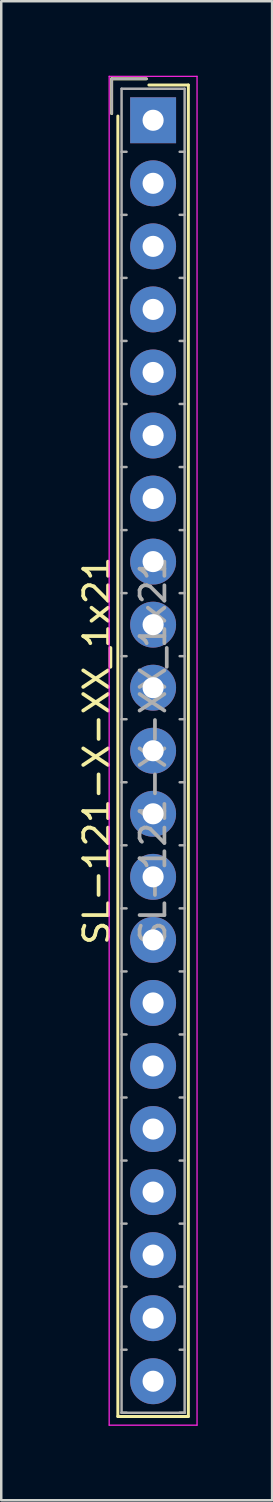
<source format=kicad_pcb>
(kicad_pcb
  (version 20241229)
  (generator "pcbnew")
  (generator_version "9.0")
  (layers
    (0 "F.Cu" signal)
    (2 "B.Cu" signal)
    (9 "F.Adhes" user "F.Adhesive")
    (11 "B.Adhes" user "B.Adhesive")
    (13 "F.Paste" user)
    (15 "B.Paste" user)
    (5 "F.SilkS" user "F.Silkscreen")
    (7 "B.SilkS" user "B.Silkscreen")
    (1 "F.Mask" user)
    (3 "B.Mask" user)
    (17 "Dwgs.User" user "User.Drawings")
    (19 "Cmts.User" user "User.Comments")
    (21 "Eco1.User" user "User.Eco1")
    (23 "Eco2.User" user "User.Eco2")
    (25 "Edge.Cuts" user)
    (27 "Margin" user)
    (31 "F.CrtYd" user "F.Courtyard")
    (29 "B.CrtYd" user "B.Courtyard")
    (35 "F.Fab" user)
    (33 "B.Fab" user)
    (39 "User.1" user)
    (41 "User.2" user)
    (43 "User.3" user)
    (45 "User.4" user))
  (footprint "SL-121-X-XX_1x21"
    (layer "F.Cu")
    (at 3.118 1.795)
    (property "Reference" "SL-121-X-XX_1x21" (at -2.27 25.4 90) (layer "F.SilkS") (effects (font (size 1 1) (thickness 0.15))))
    (attr through_hole)
    (fp_line (start -1.67 -1.67) (end -1.67 -0.27) (stroke (width 0.12) (type solid)) (layer "F.SilkS"))
    (fp_line (start -1.42 52.22) (end -1.42 -0.17) (stroke (width 0.12) (type solid)) (layer "F.SilkS"))
    (fp_line (start -0.27 -1.67) (end -1.67 -1.67) (stroke (width 0.12) (type solid)) (layer "F.SilkS"))
    (fp_line (start -0.17 -1.42) (end 1.42 -1.42) (stroke (width 0.12) (type solid)) (layer "F.SilkS"))
    (fp_line (start 1.42 -1.42) (end 1.42 52.22) (stroke (width 0.12) (type solid)) (layer "F.SilkS"))
    (fp_line (start 1.42 52.22) (end -1.42 52.22) (stroke (width 0.12) (type solid)) (layer "F.SilkS"))
    (fp_line (start -1.77 -1.77) (end -1.77 52.57) (stroke (width 0.05) (type solid)) (layer "F.CrtYd"))
    (fp_line (start -1.77 52.57) (end 1.77 52.57) (stroke (width 0.05) (type solid)) (layer "F.CrtYd"))
    (fp_line (start 1.77 -1.77) (end -1.77 -1.77) (stroke (width 0.05) (type solid)) (layer "F.CrtYd"))
    (fp_line (start 1.77 52.57) (end 1.77 -1.77) (stroke (width 0.05) (type solid)) (layer "F.CrtYd"))
    (fp_line (start -1.67 -1.67) (end -1.67 -0.27) (stroke (width 0.1) (type solid)) (layer "F.Fab"))
    (fp_line (start -1.27 -1.27) (end -1.27 52.07) (stroke (width 0.1) (type solid)) (layer "F.Fab"))
    (fp_line (start -1.27 1.27) (end -1.07 1.27) (stroke (width 0.1) (type solid)) (layer "F.Fab"))
    (fp_line (start -1.27 3.81) (end -1.07 3.81) (stroke (width 0.1) (type solid)) (layer "F.Fab"))
    (fp_line (start -1.27 6.35) (end -1.07 6.35) (stroke (width 0.1) (type solid)) (layer "F.Fab"))
    (fp_line (start -1.27 8.89) (end -1.07 8.89) (stroke (width 0.1) (type solid)) (layer "F.Fab"))
    (fp_line (start -1.27 11.43) (end -1.07 11.43) (stroke (width 0.1) (type solid)) (layer "F.Fab"))
    (fp_line (start -1.27 13.97) (end -1.07 13.97) (stroke (width 0.1) (type solid)) (layer "F.Fab"))
    (fp_line (start -1.27 16.51) (end -1.07 16.51) (stroke (width 0.1) (type solid)) (layer "F.Fab"))
    (fp_line (start -1.27 19.05) (end -1.07 19.05) (stroke (width 0.1) (type solid)) (layer "F.Fab"))
    (fp_line (start -1.27 21.59) (end -1.07 21.59) (stroke (width 0.1) (type solid)) (layer "F.Fab"))
    (fp_line (start -1.27 24.13) (end -1.07 24.13) (stroke (width 0.1) (type solid)) (layer "F.Fab"))
    (fp_line (start -1.27 26.67) (end -1.07 26.67) (stroke (width 0.1) (type solid)) (layer "F.Fab"))
    (fp_line (start -1.27 29.21) (end -1.07 29.21) (stroke (width 0.1) (type solid)) (layer "F.Fab"))
    (fp_line (start -1.27 31.75) (end -1.07 31.75) (stroke (width 0.1) (type solid)) (layer "F.Fab"))
    (fp_line (start -1.27 34.29) (end -1.07 34.29) (stroke (width 0.1) (type solid)) (layer "F.Fab"))
    (fp_line (start -1.27 36.83) (end -1.07 36.83) (stroke (width 0.1) (type solid)) (layer "F.Fab"))
    (fp_line (start -1.27 39.37) (end -1.07 39.37) (stroke (width 0.1) (type solid)) (layer "F.Fab"))
    (fp_line (start -1.27 41.91) (end -1.07 41.91) (stroke (width 0.1) (type solid)) (layer "F.Fab"))
    (fp_line (start -1.27 44.45) (end -1.07 44.45) (stroke (width 0.1) (type solid)) (layer "F.Fab"))
    (fp_line (start -1.27 46.99) (end -1.07 46.99) (stroke (width 0.1) (type solid)) (layer "F.Fab"))
    (fp_line (start -1.27 49.53) (end -1.07 49.53) (stroke (width 0.1) (type solid)) (layer "F.Fab"))
    (fp_line (start -1.27 52.07) (end -1.07 52.07) (stroke (width 0.1) (type solid)) (layer "F.Fab"))
    (fp_line (start -1.27 52.07) (end 1.27 52.07) (stroke (width 0.1) (type solid)) (layer "F.Fab"))
    (fp_line (start -0.27 -1.67) (end -1.67 -1.67) (stroke (width 0.1) (type solid)) (layer "F.Fab"))
    (fp_line (start 1.27 -1.27) (end -1.27 -1.27) (stroke (width 0.1) (type solid)) (layer "F.Fab"))
    (fp_line (start 1.27 1.27) (end 1.07 1.27) (stroke (width 0.1) (type solid)) (layer "F.Fab"))
    (fp_line (start 1.27 3.81) (end 1.07 3.81) (stroke (width 0.1) (type solid)) (layer "F.Fab"))
    (fp_line (start 1.27 6.35) (end 1.07 6.35) (stroke (width 0.1) (type solid)) (layer "F.Fab"))
    (fp_line (start 1.27 8.89) (end 1.07 8.89) (stroke (width 0.1) (type solid)) (layer "F.Fab"))
    (fp_line (start 1.27 11.43) (end 1.07 11.43) (stroke (width 0.1) (type solid)) (layer "F.Fab"))
    (fp_line (start 1.27 13.97) (end 1.07 13.97) (stroke (width 0.1) (type solid)) (layer "F.Fab"))
    (fp_line (start 1.27 16.51) (end 1.07 16.51) (stroke (width 0.1) (type solid)) (layer "F.Fab"))
    (fp_line (start 1.27 19.05) (end 1.07 19.05) (stroke (width 0.1) (type solid)) (layer "F.Fab"))
    (fp_line (start 1.27 21.59) (end 1.07 21.59) (stroke (width 0.1) (type solid)) (layer "F.Fab"))
    (fp_line (start 1.27 24.13) (end 1.07 24.13) (stroke (width 0.1) (type solid)) (layer "F.Fab"))
    (fp_line (start 1.27 26.67) (end 1.07 26.67) (stroke (width 0.1) (type solid)) (layer "F.Fab"))
    (fp_line (start 1.27 29.21) (end 1.07 29.21) (stroke (width 0.1) (type solid)) (layer "F.Fab"))
    (fp_line (start 1.27 31.75) (end 1.07 31.75) (stroke (width 0.1) (type solid)) (layer "F.Fab"))
    (fp_line (start 1.27 34.29) (end 1.07 34.29) (stroke (width 0.1) (type solid)) (layer "F.Fab"))
    (fp_line (start 1.27 36.83) (end 1.07 36.83) (stroke (width 0.1) (type solid)) (layer "F.Fab"))
    (fp_line (start 1.27 39.37) (end 1.07 39.37) (stroke (width 0.1) (type solid)) (layer "F.Fab"))
    (fp_line (start 1.27 41.91) (end 1.07 41.91) (stroke (width 0.1) (type solid)) (layer "F.Fab"))
    (fp_line (start 1.27 44.45) (end 1.07 44.45) (stroke (width 0.1) (type solid)) (layer "F.Fab"))
    (fp_line (start 1.27 46.99) (end 1.07 46.99) (stroke (width 0.1) (type solid)) (layer "F.Fab"))
    (fp_line (start 1.27 49.53) (end 1.07 49.53) (stroke (width 0.1) (type solid)) (layer "F.Fab"))
    (fp_line (start 1.27 52.07) (end 1.07 52.07) (stroke (width 0.1) (type solid)) (layer "F.Fab"))
    (fp_line (start 1.27 52.07) (end 1.27 -1.27) (stroke (width 0.1) (type solid)) (layer "F.Fab"))
    (fp_text user "${REFERENCE}" (at 0 25.4 90) (layer "F.Fab") (effects (font (size 1 1) (thickness 0.15))))
    (pad "1" thru_hole rect (at 0 0) (size 1.85 1.85) (drill 0.85) (layers "*.Cu" "*.Mask"))
    (pad "2" thru_hole circle (at 0 2.54) (size 1.85 1.85) (drill 0.85) (layers "*.Cu" "*.Mask"))
    (pad "3" thru_hole circle (at 0 5.08) (size 1.85 1.85) (drill 0.85) (layers "*.Cu" "*.Mask"))
    (pad "4" thru_hole circle (at 0 7.62) (size 1.85 1.85) (drill 0.85) (layers "*.Cu" "*.Mask"))
    (pad "5" thru_hole circle (at 0 10.16) (size 1.85 1.85) (drill 0.85) (layers "*.Cu" "*.Mask"))
    (pad "6" thru_hole circle (at 0 12.7) (size 1.85 1.85) (drill 0.85) (layers "*.Cu" "*.Mask"))
    (pad "7" thru_hole circle (at 0 15.24) (size 1.85 1.85) (drill 0.85) (layers "*.Cu" "*.Mask"))
    (pad "8" thru_hole circle (at 0 17.78) (size 1.85 1.85) (drill 0.85) (layers "*.Cu" "*.Mask"))
    (pad "9" thru_hole circle (at 0 20.32) (size 1.85 1.85) (drill 0.85) (layers "*.Cu" "*.Mask"))
    (pad "10" thru_hole circle (at 0 22.86) (size 1.85 1.85) (drill 0.85) (layers "*.Cu" "*.Mask"))
    (pad "11" thru_hole circle (at 0 25.4) (size 1.85 1.85) (drill 0.85) (layers "*.Cu" "*.Mask"))
    (pad "12" thru_hole circle (at 0 27.94) (size 1.85 1.85) (drill 0.85) (layers "*.Cu" "*.Mask"))
    (pad "13" thru_hole circle (at 0 30.48) (size 1.85 1.85) (drill 0.85) (layers "*.Cu" "*.Mask"))
    (pad "14" thru_hole circle (at 0 33.02) (size 1.85 1.85) (drill 0.85) (layers "*.Cu" "*.Mask"))
    (pad "15" thru_hole circle (at 0 35.56) (size 1.85 1.85) (drill 0.85) (layers "*.Cu" "*.Mask"))
    (pad "16" thru_hole circle (at 0 38.1) (size 1.85 1.85) (drill 0.85) (layers "*.Cu" "*.Mask"))
    (pad "17" thru_hole circle (at 0 40.64) (size 1.85 1.85) (drill 0.85) (layers "*.Cu" "*.Mask"))
    (pad "18" thru_hole circle (at 0 43.18) (size 1.85 1.85) (drill 0.85) (layers "*.Cu" "*.Mask"))
    (pad "19" thru_hole circle (at 0 45.72) (size 1.85 1.85) (drill 0.85) (layers "*.Cu" "*.Mask"))
    (pad "20" thru_hole circle (at 0 48.26) (size 1.85 1.85) (drill 0.85) (layers "*.Cu" "*.Mask"))
    (pad "21" thru_hole circle (at 0 50.8) (size 1.85 1.85) (drill 0.85) (layers "*.Cu" "*.Mask")))
  (gr_rect
    (start -3 -3)
    (end 7.913 57.39)
    (stroke (width 0.1) (type default))
    (fill no)
    (layer "Edge.Cuts")))
</source>
